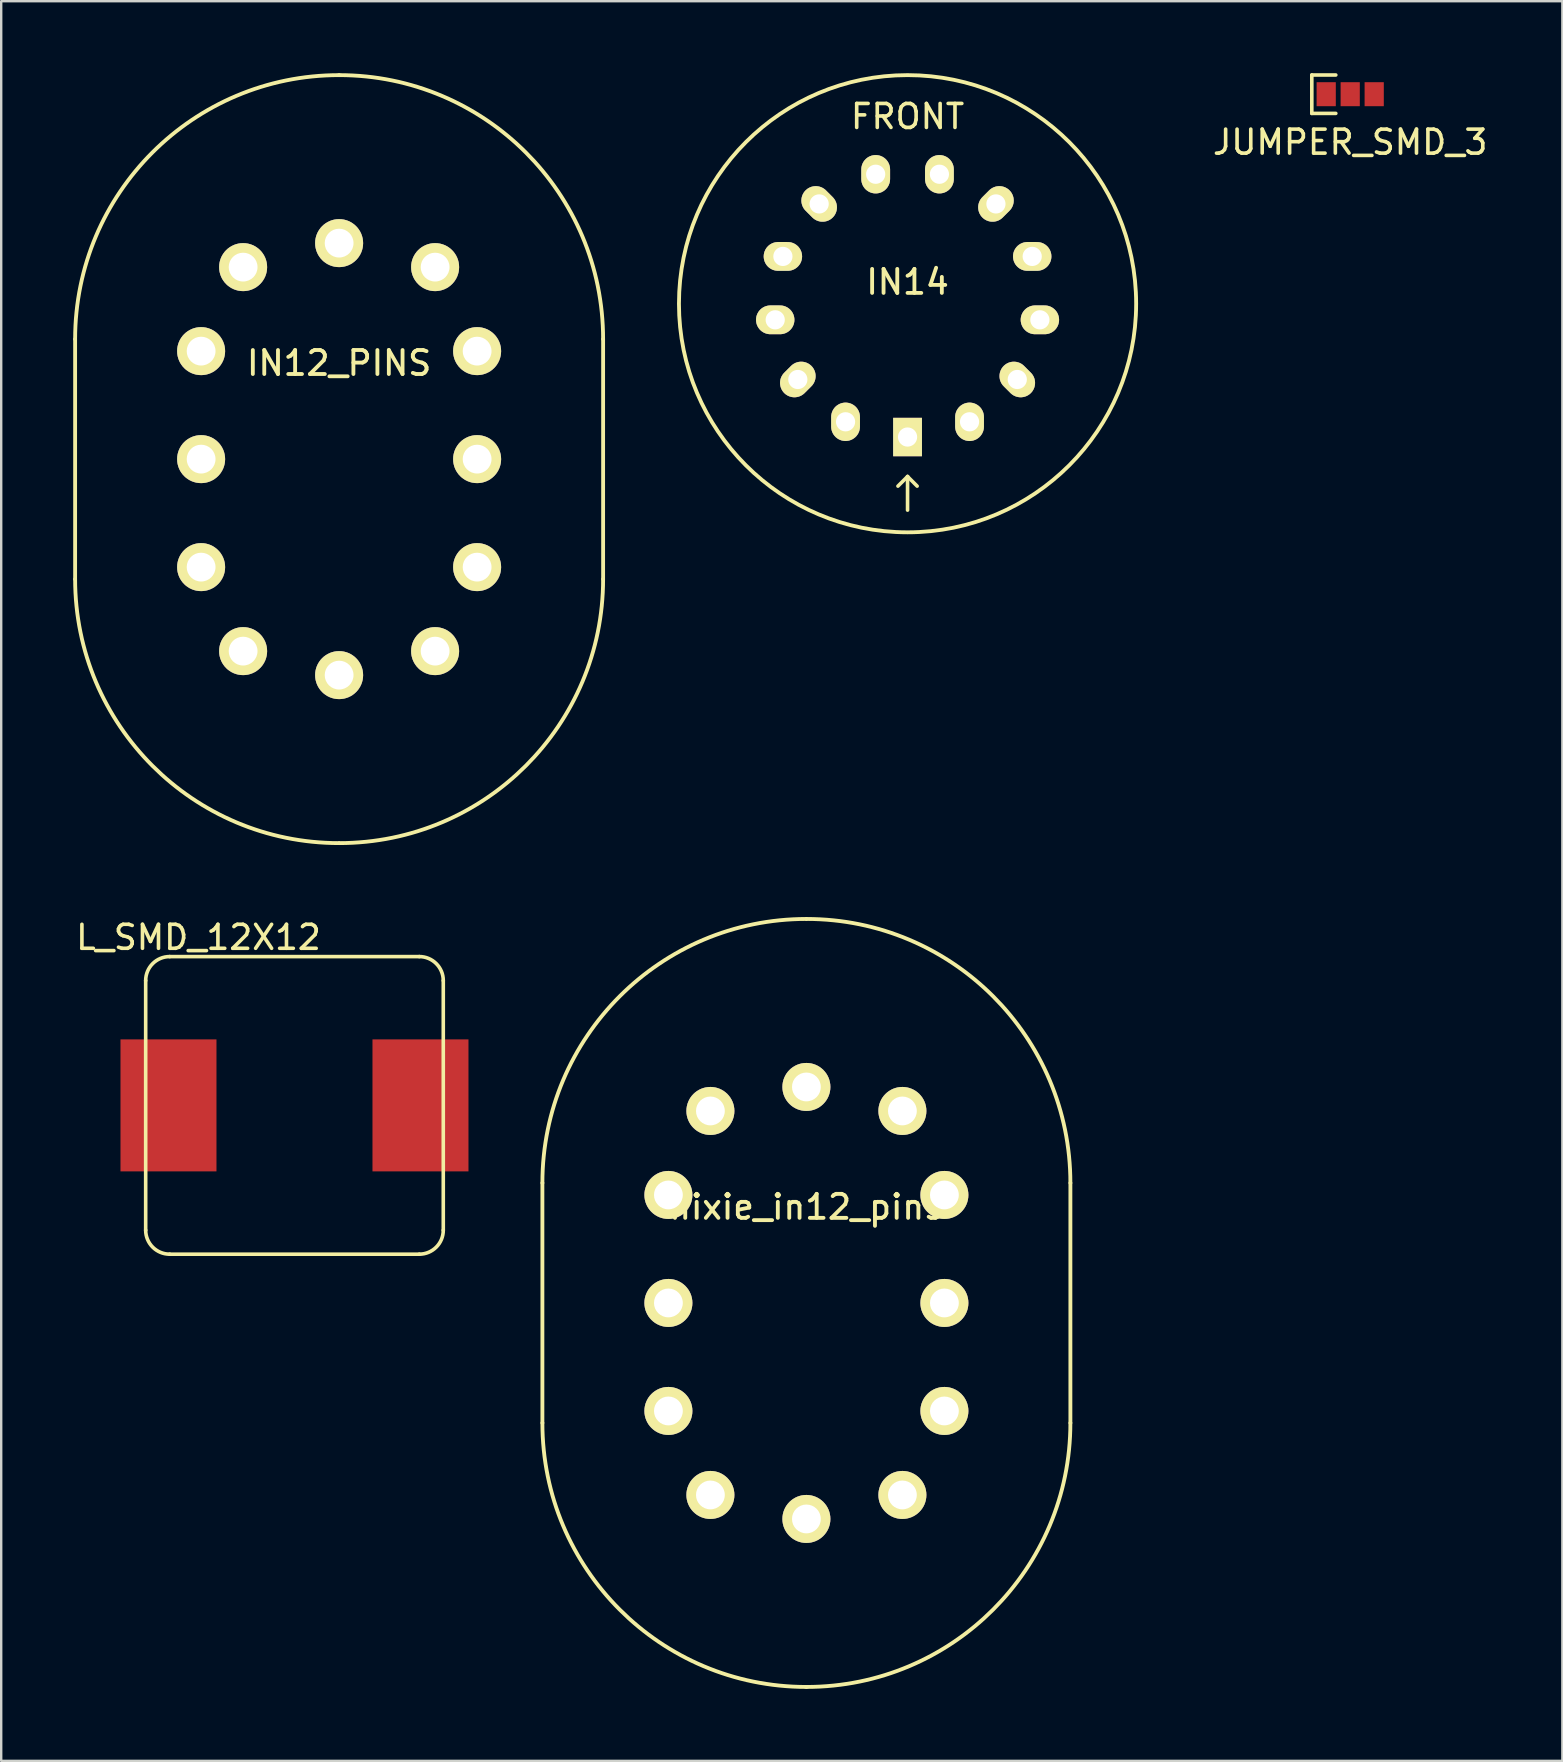
<source format=kicad_pcb>
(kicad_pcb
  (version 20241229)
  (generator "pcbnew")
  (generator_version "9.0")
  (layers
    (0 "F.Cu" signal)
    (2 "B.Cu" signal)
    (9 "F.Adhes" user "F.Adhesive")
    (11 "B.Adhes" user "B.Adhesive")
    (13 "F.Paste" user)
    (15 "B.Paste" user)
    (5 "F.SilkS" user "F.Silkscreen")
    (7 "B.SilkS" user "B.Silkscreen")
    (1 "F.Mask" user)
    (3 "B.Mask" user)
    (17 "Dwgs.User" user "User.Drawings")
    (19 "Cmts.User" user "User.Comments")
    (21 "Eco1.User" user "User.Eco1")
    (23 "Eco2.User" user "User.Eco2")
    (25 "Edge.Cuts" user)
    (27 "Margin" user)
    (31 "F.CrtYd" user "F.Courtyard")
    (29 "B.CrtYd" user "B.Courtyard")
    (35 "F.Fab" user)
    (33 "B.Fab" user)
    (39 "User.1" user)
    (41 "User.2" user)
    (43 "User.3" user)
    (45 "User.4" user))
  (footprint "JUMPER_SMD_3"
    (layer "F.Cu")
    (at 52.209 0.875)
    (property "Reference" "JUMPER_SMD_3" (at 1 2 0) (layer "F.SilkS") (effects (font (size 1 1) (thickness 0.15))))
    (attr through_hole)
    (fp_line (start -0.6 -0.8) (end -0.6 0.8) (stroke (width 0.15) (type solid)) (layer "F.SilkS"))
    (fp_line (start -0.6 0.8) (end 0.4 0.8) (stroke (width 0.15) (type solid)) (layer "F.SilkS"))
    (fp_line (start 0.4 -0.8) (end -0.6 -0.8) (stroke (width 0.15) (type solid)) (layer "F.SilkS"))
    (pad "1" smd rect (at 0 0) (size 0.8 1) (layers "F.Cu" "F.Mask" "F.Paste"))
    (pad "2" smd rect (at 1 0) (size 0.8 1) (layers "F.Cu" "F.Mask" "F.Paste"))
    (pad "3" smd rect (at 2 0) (size 0.8 1) (layers "F.Cu" "F.Mask" "F.Paste")))
  (footprint "IN12_PINS"
    (layer "F.Cu")
    (at 11.08 16.08)
    (property "Reference" "IN12_PINS" (at 0 -4 0) (layer "F.SilkS") (effects (font (size 1 1) (thickness 0.16))))
    (attr through_hole)
    (fp_line (start -11 -5) (end -11 5) (stroke (width 0.16) (type solid)) (layer "F.SilkS"))
    (fp_line (start 11 -5) (end 11 5) (stroke (width 0.16) (type solid)) (layer "F.SilkS"))
    (fp_arc (start -11 -5) (mid -7.778175 -12.778175) (end 0 -16) (stroke (width 0.16) (type solid)) (layer "F.SilkS"))
    (fp_arc (start 0 -16) (mid 7.778175 -12.778175) (end 11 -5) (stroke (width 0.16) (type solid)) (layer "F.SilkS"))
    (fp_arc (start 0 16) (mid -7.778175 12.778175) (end -11 5) (stroke (width 0.16) (type solid)) (layer "F.SilkS"))
    (fp_arc (start 11 5) (mid 7.778175 12.778175) (end 0 16) (stroke (width 0.16) (type solid)) (layer "F.SilkS"))
    (pad "1" thru_hole circle (at 4 8) (size 2 2) (drill 1.2) (layers "*.Cu" "*.Mask" "F.SilkS"))
    (pad "2" thru_hole circle (at 5.75 4.5) (size 2 2) (drill 1.2) (layers "*.Cu" "*.Mask" "F.SilkS"))
    (pad "3" thru_hole circle (at 5.75 0) (size 2 2) (drill 1.2) (layers "*.Cu" "*.Mask" "F.SilkS"))
    (pad "4" thru_hole circle (at 5.75 -4.5) (size 2 2) (drill 1.2) (layers "*.Cu" "*.Mask" "F.SilkS"))
    (pad "5" thru_hole circle (at 4 -8) (size 2 2) (drill 1.2) (layers "*.Cu" "*.Mask" "F.SilkS"))
    (pad "6" thru_hole circle (at 0 -9) (size 2 2) (drill 1.2) (layers "*.Cu" "*.Mask" "F.SilkS"))
    (pad "7" thru_hole circle (at -4 -8) (size 2 2) (drill 1.2) (layers "*.Cu" "*.Mask" "F.SilkS"))
    (pad "8" thru_hole circle (at -5.75 -4.5) (size 2 2) (drill 1.2) (layers "*.Cu" "*.Mask" "F.SilkS"))
    (pad "9" thru_hole circle (at -5.75 0) (size 2 2) (drill 1.2) (layers "*.Cu" "*.Mask" "F.SilkS"))
    (pad "10" thru_hole circle (at -5.75 4.5) (size 2 2) (drill 1.2) (layers "*.Cu" "*.Mask" "F.SilkS"))
    (pad "11" thru_hole circle (at -4 8) (size 2 2) (drill 1.2) (layers "*.Cu" "*.Mask" "F.SilkS"))
    (pad "12" thru_hole circle (at 0 9) (size 2 2) (drill 1.2) (layers "*.Cu" "*.Mask" "F.SilkS")))
  (footprint "nixie_in12_pins"
    (layer "F.Cu")
    (at 30.55 51.24)
    (property "Reference" "nixie_in12_pins" (at 0 -4 0) (layer "F.SilkS") (effects (font (size 1 1) (thickness 0.16))))
    (attr through_hole)
    (fp_line (start -11 -5) (end -11 5) (stroke (width 0.16) (type solid)) (layer "F.SilkS"))
    (fp_line (start 11 -5) (end 11 5) (stroke (width 0.16) (type solid)) (layer "F.SilkS"))
    (fp_arc (start -11 -5) (mid -7.778175 -12.778175) (end 0 -16) (stroke (width 0.16) (type solid)) (layer "F.SilkS"))
    (fp_arc (start 0 -16) (mid 7.778175 -12.778175) (end 11 -5) (stroke (width 0.16) (type solid)) (layer "F.SilkS"))
    (fp_arc (start 0 16) (mid -7.778175 12.778175) (end -11 5) (stroke (width 0.16) (type solid)) (layer "F.SilkS"))
    (fp_arc (start 11 5) (mid 7.778175 12.778175) (end 0 16) (stroke (width 0.16) (type solid)) (layer "F.SilkS"))
    (pad "1" thru_hole circle (at 4 8) (size 2 2) (drill 1.2) (layers "*.Cu" "*.Mask" "F.SilkS"))
    (pad "2" thru_hole circle (at 5.75 4.5) (size 2 2) (drill 1.2) (layers "*.Cu" "*.Mask" "F.SilkS"))
    (pad "3" thru_hole circle (at 5.75 0) (size 2 2) (drill 1.2) (layers "*.Cu" "*.Mask" "F.SilkS"))
    (pad "4" thru_hole circle (at 5.75 -4.5) (size 2 2) (drill 1.2) (layers "*.Cu" "*.Mask" "F.SilkS"))
    (pad "5" thru_hole circle (at 4 -8) (size 2 2) (drill 1.2) (layers "*.Cu" "*.Mask" "F.SilkS"))
    (pad "6" thru_hole circle (at 0 -9) (size 2 2) (drill 1.2) (layers "*.Cu" "*.Mask" "F.SilkS"))
    (pad "7" thru_hole circle (at -4 -8) (size 2 2) (drill 1.2) (layers "*.Cu" "*.Mask" "F.SilkS"))
    (pad "8" thru_hole circle (at -5.75 -4.5) (size 2 2) (drill 1.2) (layers "*.Cu" "*.Mask" "F.SilkS"))
    (pad "9" thru_hole circle (at -5.75 0) (size 2 2) (drill 1.2) (layers "*.Cu" "*.Mask" "F.SilkS"))
    (pad "10" thru_hole circle (at -5.75 4.5) (size 2 2) (drill 1.2) (layers "*.Cu" "*.Mask" "F.SilkS"))
    (pad "11" thru_hole circle (at -4 8) (size 2 2) (drill 1.2) (layers "*.Cu" "*.Mask" "F.SilkS"))
    (pad "12" thru_hole circle (at 0 9) (size 2 2) (drill 1.2) (layers "*.Cu" "*.Mask" "F.SilkS")))
  (footprint "L_SMD_12X12"
    (layer "F.Cu")
    (at 9.22 43.008)
    (property "Reference" "L_SMD_12X12" (at -4 -7 0) (layer "F.SilkS") (effects (font (size 1 1) (thickness 0.15))))
    (attr through_hole)
    (fp_line (start -6.2 5.2) (end -6.2 -5.2) (stroke (width 0.15) (type solid)) (layer "F.SilkS"))
    (fp_line (start -5.2 -6.2) (end 5.2 -6.2) (stroke (width 0.15) (type solid)) (layer "F.SilkS"))
    (fp_line (start 5.2 6.2) (end -5.2 6.2) (stroke (width 0.15) (type solid)) (layer "F.SilkS"))
    (fp_line (start 6.2 -5.2) (end 6.2 5.2) (stroke (width 0.15) (type solid)) (layer "F.SilkS"))
    (fp_arc (start -6.2 -5.2) (mid -5.907107 -5.907107) (end -5.2 -6.2) (stroke (width 0.15) (type solid)) (layer "F.SilkS"))
    (fp_arc (start -5.2 6.2) (mid -5.907107 5.907107) (end -6.2 5.2) (stroke (width 0.15) (type solid)) (layer "F.SilkS"))
    (fp_arc (start 5.2 -6.2) (mid 5.907107 -5.907107) (end 6.2 -5.2) (stroke (width 0.15) (type solid)) (layer "F.SilkS"))
    (fp_arc (start 6.2 5.2) (mid 5.907107 5.907107) (end 5.2 6.2) (stroke (width 0.15) (type solid)) (layer "F.SilkS"))
    (pad "1" smd rect (at -5.25 0) (size 4 5.5) (layers "F.Cu" "F.Mask" "F.Paste"))
    (pad "2" smd rect (at 5.25 0) (size 4 5.5) (layers "F.Cu" "F.Mask" "F.Paste")))
  (footprint "IN14"
    (layer "F.Cu")
    (at 34.765 9.605)
    (property "Reference" "IN14" (at 0 -0.905 0) (layer "F.SilkS") (effects (font (size 1 1) (thickness 0.16))))
    (attr through_hole)
    (fp_line (start 0 7.2) (end -0.4 7.6) (stroke (width 0.15) (type solid)) (layer "F.SilkS"))
    (fp_line (start 0 7.2) (end 0.4 7.6) (stroke (width 0.15) (type solid)) (layer "F.SilkS"))
    (fp_line (start 0 8.6) (end 0 7.2) (stroke (width 0.15) (type solid)) (layer "F.SilkS"))
    (fp_circle (center 0 0) (end 9.525 0) (stroke (width 0.16) (type solid)) (fill no) (layer "F.SilkS"))
    (fp_text user "FRONT" (at 0 -7.8 0) (layer "F.SilkS") (effects (font (size 1 1) (thickness 0.15))))
    (pad "1" thru_hole rect (at 0 5.555) (size 1.2 1.6) (drill 0.8) (layers "*.Cu" "*.Mask" "F.SilkS"))
    (pad "2" thru_hole oval (at 2.583 4.92) (size 1.2 1.6) (drill 0.8) (layers "*.Cu" "*.Mask" "F.SilkS"))
    (pad "3" thru_hole oval (at 4.572 3.157 45) (size 1.2 1.6) (drill 0.8) (layers "*.Cu" "*.Mask" "F.SilkS"))
    (pad "4" thru_hole oval (at 5.514 0.671 90) (size 1.2 1.6) (drill 0.8) (layers "*.Cu" "*.Mask" "F.SilkS"))
    (pad "5" thru_hole oval (at 5.194 -1.971 90) (size 1.2 1.6) (drill 0.8) (layers "*.Cu" "*.Mask" "F.SilkS"))
    (pad "6" thru_hole oval (at 3.683 -4.158 135) (size 1.2 1.6) (drill 0.8) (layers "*.Cu" "*.Mask" "F.SilkS"))
    (pad "7" thru_hole oval (at 1.328 -5.395) (size 1.2 1.6) (drill 0.8) (layers "*.Cu" "*.Mask" "F.SilkS"))
    (pad "8" thru_hole oval (at -1.328 -5.395) (size 1.2 1.6) (drill 0.8) (layers "*.Cu" "*.Mask" "F.SilkS"))
    (pad "9" thru_hole oval (at -3.683 -4.158 45) (size 1.2 1.6) (drill 0.8) (layers "*.Cu" "*.Mask" "F.SilkS"))
    (pad "10" thru_hole oval (at -5.194 -1.971 90) (size 1.2 1.6) (drill 0.8) (layers "*.Cu" "*.Mask" "F.SilkS"))
    (pad "11" thru_hole oval (at -5.514 0.671 90) (size 1.2 1.6) (drill 0.8) (layers "*.Cu" "*.Mask" "F.SilkS"))
    (pad "12" thru_hole oval (at -4.572 3.157 135) (size 1.2 1.6) (drill 0.8) (layers "*.Cu" "*.Mask" "F.SilkS"))
    (pad "13" thru_hole oval (at -2.583 4.92) (size 1.2 1.6) (drill 0.8) (layers "*.Cu" "*.Mask" "F.SilkS")))
  (gr_rect
    (start -3 -3)
    (end 62.049 70.32)
    (stroke (width 0.1) (type default))
    (fill no)
    (layer "Edge.Cuts")))
</source>
